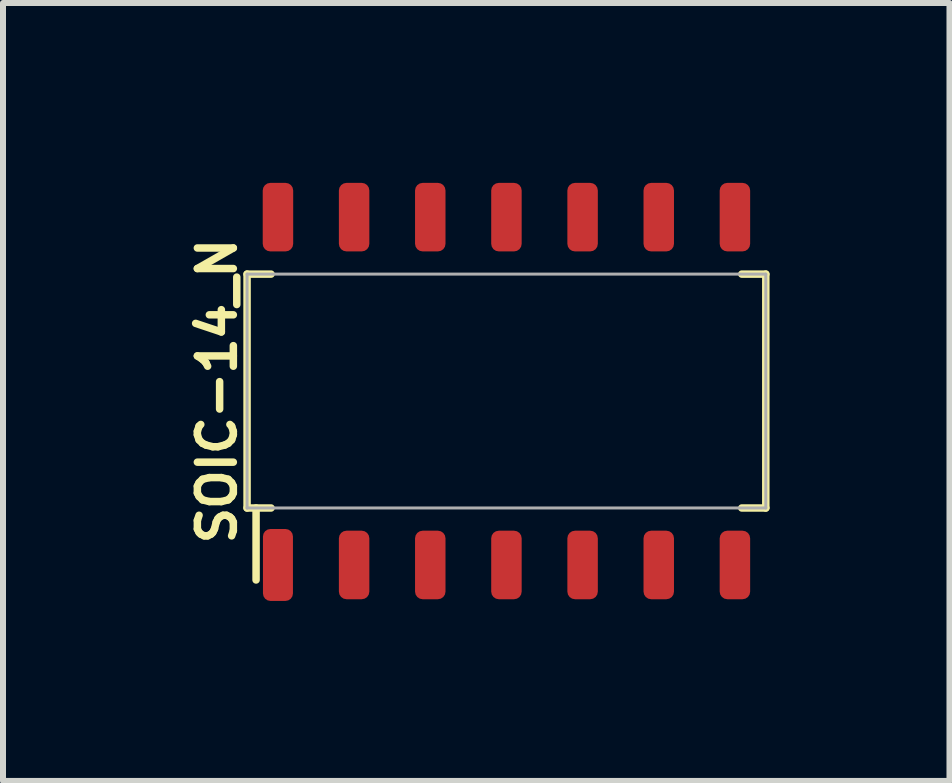
<source format=kicad_pcb>
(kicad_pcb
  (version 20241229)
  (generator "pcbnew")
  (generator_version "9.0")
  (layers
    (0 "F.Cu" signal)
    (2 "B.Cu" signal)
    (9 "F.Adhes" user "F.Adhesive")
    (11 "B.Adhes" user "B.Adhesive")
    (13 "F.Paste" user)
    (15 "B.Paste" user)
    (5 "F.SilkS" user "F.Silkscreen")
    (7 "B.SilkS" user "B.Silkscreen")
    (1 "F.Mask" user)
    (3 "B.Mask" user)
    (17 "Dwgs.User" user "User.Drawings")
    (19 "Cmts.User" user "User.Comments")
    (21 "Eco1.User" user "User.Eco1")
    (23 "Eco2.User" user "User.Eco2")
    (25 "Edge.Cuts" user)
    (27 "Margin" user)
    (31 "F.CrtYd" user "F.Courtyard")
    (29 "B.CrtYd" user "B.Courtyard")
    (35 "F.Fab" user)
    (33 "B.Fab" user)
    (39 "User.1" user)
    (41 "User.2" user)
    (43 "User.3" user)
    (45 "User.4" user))
  (footprint "SOIC-14_N"
    (layer "F.Cu")
    (at 5.395 3.471)
    (property "Reference" "SOIC-14_N" (at -4.825 0 90) (layer "F.SilkS") (effects (font (size 0.6 0.6) (thickness 0.125))))
    (attr smd)
    (fp_line (start -4.325 -1.95) (end -4.325 1.95) (stroke (width 0.125) (type solid)) (layer "F.SilkS"))
    (fp_line (start -4.325 1.95) (end -3.925 1.95) (stroke (width 0.125) (type solid)) (layer "F.SilkS"))
    (fp_line (start -4.175 1.95) (end -4.175 3.15) (stroke (width 0.125) (type solid)) (layer "F.SilkS"))
    (fp_line (start -3.925 -1.95) (end -4.325 -1.95) (stroke (width 0.125) (type solid)) (layer "F.SilkS"))
    (fp_line (start 3.925 -1.95) (end 4.325 -1.95) (stroke (width 0.125) (type solid)) (layer "F.SilkS"))
    (fp_line (start 4.325 -1.95) (end 4.325 1.95) (stroke (width 0.125) (type solid)) (layer "F.SilkS"))
    (fp_line (start 4.325 1.95) (end 3.925 1.95) (stroke (width 0.125) (type solid)) (layer "F.SilkS"))
    (fp_line (start -4.325 -1.95) (end 4.325 -1.95) (stroke (width 0.05) (type solid)) (layer "F.Fab"))
    (fp_line (start -4.325 1.95) (end -4.325 -1.95) (stroke (width 0.05) (type solid)) (layer "F.Fab"))
    (fp_line (start 4.325 -1.95) (end 4.325 1.95) (stroke (width 0.05) (type solid)) (layer "F.Fab"))
    (fp_line (start 4.325 1.95) (end -4.325 1.95) (stroke (width 0.05) (type solid)) (layer "F.Fab"))
    (pad "1" smd roundrect (at -3.81 2.9) (size 0.5 1.2) (layers "F.Cu" "F.Mask" "F.Paste") (roundrect_rratio 0.25))
    (pad "2" smd roundrect (at -2.54 2.9) (size 0.508 1.143) (layers "F.Cu" "F.Mask" "F.Paste") (roundrect_rratio 0.25))
    (pad "3" smd roundrect (at -1.27 2.9) (size 0.508 1.143) (layers "F.Cu" "F.Mask" "F.Paste") (roundrect_rratio 0.25))
    (pad "4" smd roundrect (at 0 2.9) (size 0.508 1.143) (layers "F.Cu" "F.Mask" "F.Paste") (roundrect_rratio 0.25))
    (pad "5" smd roundrect (at 1.27 2.9) (size 0.508 1.143) (layers "F.Cu" "F.Mask" "F.Paste") (roundrect_rratio 0.25))
    (pad "6" smd roundrect (at 2.54 2.9) (size 0.508 1.143) (layers "F.Cu" "F.Mask" "F.Paste") (roundrect_rratio 0.25))
    (pad "7" smd roundrect (at 3.81 2.9) (size 0.508 1.143) (layers "F.Cu" "F.Mask" "F.Paste") (roundrect_rratio 0.25))
    (pad "8" smd roundrect (at 3.81 -2.9) (size 0.508 1.143) (layers "F.Cu" "F.Mask" "F.Paste") (roundrect_rratio 0.25))
    (pad "9" smd roundrect (at 2.54 -2.9) (size 0.508 1.143) (layers "F.Cu" "F.Mask" "F.Paste") (roundrect_rratio 0.25))
    (pad "10" smd roundrect (at 1.27 -2.9) (size 0.508 1.143) (layers "F.Cu" "F.Mask" "F.Paste") (roundrect_rratio 0.25))
    (pad "11" smd roundrect (at 0 -2.9) (size 0.508 1.143) (layers "F.Cu" "F.Mask" "F.Paste") (roundrect_rratio 0.25))
    (pad "12" smd roundrect (at -1.27 -2.9) (size 0.508 1.143) (layers "F.Cu" "F.Mask" "F.Paste") (roundrect_rratio 0.25))
    (pad "13" smd roundrect (at -2.54 -2.9) (size 0.508 1.143) (layers "F.Cu" "F.Mask" "F.Paste") (roundrect_rratio 0.25))
    (pad "14" smd roundrect (at -3.81 -2.9) (size 0.508 1.143) (layers "F.Cu" "F.Mask" "F.Paste") (roundrect_rratio 0.25)))
  (gr_rect
    (start -3 -3)
    (end 12.783 9.972)
    (stroke (width 0.1) (type default))
    (fill no)
    (layer "Edge.Cuts")))
</source>
